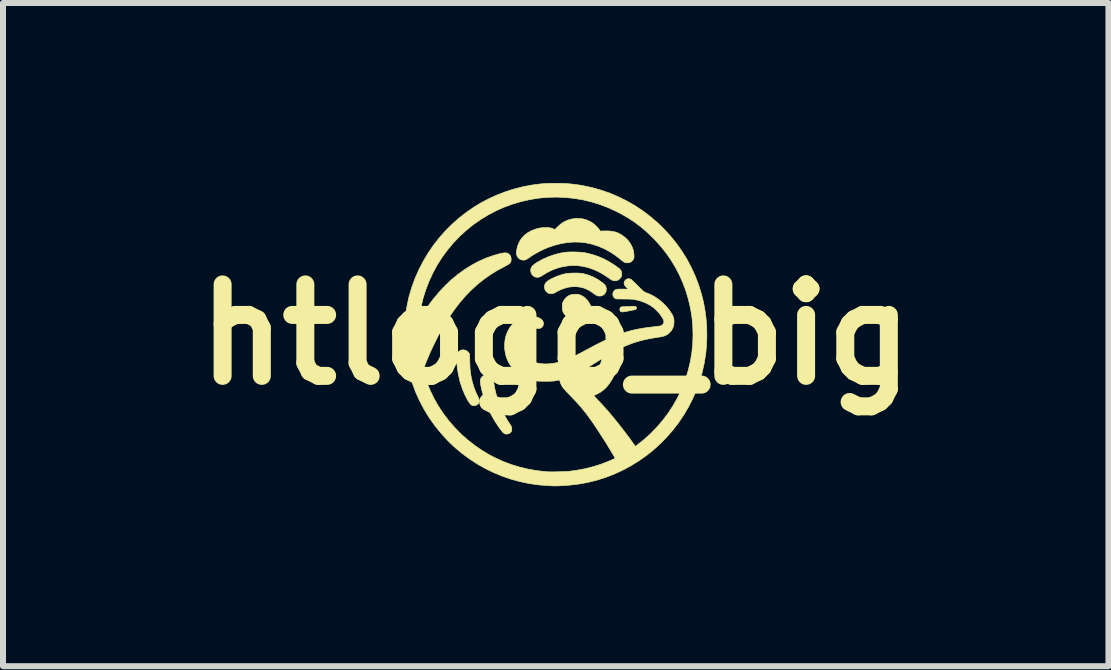
<source format=kicad_pcb>
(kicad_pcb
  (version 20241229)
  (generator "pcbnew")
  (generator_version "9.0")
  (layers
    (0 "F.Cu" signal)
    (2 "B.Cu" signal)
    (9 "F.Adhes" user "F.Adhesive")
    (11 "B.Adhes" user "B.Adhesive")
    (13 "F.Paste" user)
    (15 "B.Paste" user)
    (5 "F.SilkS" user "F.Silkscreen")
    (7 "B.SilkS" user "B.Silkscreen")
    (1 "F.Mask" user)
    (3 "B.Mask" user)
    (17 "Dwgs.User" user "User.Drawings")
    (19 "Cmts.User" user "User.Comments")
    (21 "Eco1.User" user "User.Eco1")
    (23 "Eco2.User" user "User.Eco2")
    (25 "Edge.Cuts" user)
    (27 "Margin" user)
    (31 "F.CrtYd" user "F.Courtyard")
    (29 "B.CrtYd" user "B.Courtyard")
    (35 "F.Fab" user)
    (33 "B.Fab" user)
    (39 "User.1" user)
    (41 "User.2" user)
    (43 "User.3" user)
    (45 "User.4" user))
  (footprint "htlogo_big"
    (layer "F.Cu")
    (at 6.212 2.525)
    (property "Reference" "htlogo_big" (at 0 0 0) (layer "F.SilkS") (effects (font (size 1.524 1.524) (thickness 0.3))))
    (attr through_hole)
    (fp_poly (pts (xy 1.317 -0.47) (xy 1.326 -0.469) (xy 1.332 -0.468) (xy 1.336 -0.465) (xy 1.337 -0.464) (xy 1.345 -0.451) (xy 1.346 -0.436) (xy 1.339 -0.424) (xy 1.335 -0.42) (xy 1.326 -0.417) (xy 1.309 -0.412) (xy 1.286 -0.407) (xy 1.259 -0.401) (xy 1.229 -0.395) (xy 1.198 -0.389) (xy 1.169 -0.384) (xy 1.143 -0.38) (xy 1.123 -0.377) (xy 1.109 -0.376) (xy 1.109 -0.376) (xy 1.093 -0.378) (xy 1.082 -0.384) (xy 1.077 -0.389) (xy 1.069 -0.406) (xy 1.068 -0.424) (xy 1.073 -0.441) (xy 1.083 -0.455) (xy 1.098 -0.462) (xy 1.103 -0.462) (xy 1.112 -0.463) (xy 1.129 -0.463) (xy 1.152 -0.464) (xy 1.181 -0.466) (xy 1.213 -0.467) (xy 1.221 -0.468) (xy 1.257 -0.469) (xy 1.284 -0.47) (xy 1.303 -0.471) (xy 1.317 -0.47)) (stroke (width 0.01) (type solid)) (fill yes) (layer "F.SilkS"))
    (fp_poly (pts (xy 0.352 -0.671) (xy 0.386 -0.666) (xy 0.403 -0.661) (xy 0.448 -0.64) (xy 0.49 -0.61) (xy 0.527 -0.571) (xy 0.559 -0.525) (xy 0.586 -0.471) (xy 0.595 -0.45) (xy 0.602 -0.422) (xy 0.603 -0.396) (xy 0.598 -0.375) (xy 0.591 -0.365) (xy 0.583 -0.359) (xy 0.568 -0.35) (xy 0.546 -0.338) (xy 0.521 -0.324) (xy 0.493 -0.31) (xy 0.464 -0.296) (xy 0.436 -0.283) (xy 0.411 -0.271) (xy 0.391 -0.262) (xy 0.376 -0.257) (xy 0.376 -0.257) (xy 0.343 -0.251) (xy 0.306 -0.25) (xy 0.272 -0.254) (xy 0.264 -0.256) (xy 0.224 -0.271) (xy 0.189 -0.294) (xy 0.163 -0.318) (xy 0.14 -0.345) (xy 0.125 -0.37) (xy 0.115 -0.397) (xy 0.111 -0.429) (xy 0.109 -0.462) (xy 0.11 -0.488) (xy 0.111 -0.506) (xy 0.113 -0.52) (xy 0.118 -0.534) (xy 0.123 -0.546) (xy 0.148 -0.587) (xy 0.178 -0.621) (xy 0.215 -0.646) (xy 0.248 -0.661) (xy 0.279 -0.668) (xy 0.315 -0.671) (xy 0.352 -0.671)) (stroke (width 0.01) (type solid)) (fill yes) (layer "F.SilkS"))
    (fp_poly (pts (xy -1.501 0.264) (xy -1.474 0.279) (xy -1.451 0.303) (xy -1.451 0.304) (xy -1.435 0.326) (xy -1.432 0.456) (xy -1.43 0.513) (xy -1.428 0.562) (xy -1.424 0.605) (xy -1.419 0.645) (xy -1.413 0.685) (xy -1.405 0.726) (xy -1.399 0.754) (xy -1.384 0.812) (xy -1.365 0.873) (xy -1.343 0.933) (xy -1.32 0.988) (xy -1.307 1.014) (xy -1.294 1.041) (xy -1.285 1.061) (xy -1.279 1.076) (xy -1.276 1.089) (xy -1.275 1.101) (xy -1.275 1.105) (xy -1.279 1.133) (xy -1.292 1.155) (xy -1.313 1.173) (xy -1.321 1.177) (xy -1.349 1.187) (xy -1.376 1.187) (xy -1.392 1.183) (xy -1.409 1.172) (xy -1.428 1.153) (xy -1.448 1.125) (xy -1.471 1.089) (xy -1.495 1.042) (xy -1.514 1.005) (xy -1.558 0.9) (xy -1.594 0.79) (xy -1.621 0.673) (xy -1.641 0.551) (xy -1.651 0.443) (xy -1.653 0.403) (xy -1.654 0.372) (xy -1.652 0.347) (xy -1.648 0.328) (xy -1.641 0.312) (xy -1.631 0.298) (xy -1.619 0.286) (xy -1.592 0.267) (xy -1.562 0.257) (xy -1.531 0.256) (xy -1.501 0.264)) (stroke (width 0.01) (type solid)) (fill yes) (layer "F.SilkS"))
    (fp_poly (pts (xy -1.113 0.677) (xy -1.087 0.69) (xy -1.064 0.709) (xy -1.054 0.723) (xy -1.047 0.737) (xy -1.042 0.755) (xy -1.037 0.779) (xy -1.031 0.811) (xy -1.019 0.886) (xy -1.003 0.957) (xy -0.984 1.029) (xy -0.965 1.087) (xy -0.93 1.184) (xy -0.891 1.274) (xy -0.847 1.359) (xy -0.797 1.443) (xy -0.778 1.473) (xy -0.761 1.498) (xy -0.749 1.516) (xy -0.742 1.53) (xy -0.737 1.541) (xy -0.734 1.552) (xy -0.733 1.564) (xy -0.733 1.57) (xy -0.732 1.589) (xy -0.734 1.603) (xy -0.738 1.614) (xy -0.743 1.621) (xy -0.762 1.641) (xy -0.787 1.654) (xy -0.816 1.66) (xy -0.846 1.656) (xy -0.847 1.656) (xy -0.858 1.65) (xy -0.872 1.639) (xy -0.889 1.621) (xy -0.909 1.597) (xy -0.933 1.565) (xy -0.948 1.544) (xy -1.013 1.447) (xy -1.072 1.343) (xy -1.125 1.235) (xy -1.17 1.125) (xy -1.207 1.015) (xy -1.211 1.002) (xy -1.226 0.949) (xy -1.238 0.9) (xy -1.247 0.857) (xy -1.253 0.82) (xy -1.257 0.792) (xy -1.257 0.785) (xy -1.256 0.764) (xy -1.254 0.748) (xy -1.248 0.734) (xy -1.243 0.725) (xy -1.224 0.701) (xy -1.199 0.684) (xy -1.171 0.675) (xy -1.142 0.672) (xy -1.113 0.677)) (stroke (width 0.01) (type solid)) (fill yes) (layer "F.SilkS"))
    (fp_poly (pts (xy 0.356 -1.024) (xy 0.398 -1.022) (xy 0.434 -1.019) (xy 0.462 -1.014) (xy 0.547 -0.99) (xy 0.629 -0.957) (xy 0.706 -0.915) (xy 0.779 -0.863) (xy 0.78 -0.862) (xy 0.807 -0.839) (xy 0.825 -0.819) (xy 0.836 -0.798) (xy 0.842 -0.775) (xy 0.843 -0.754) (xy 0.839 -0.719) (xy 0.825 -0.689) (xy 0.804 -0.665) (xy 0.775 -0.648) (xy 0.774 -0.647) (xy 0.754 -0.642) (xy 0.729 -0.641) (xy 0.705 -0.643) (xy 0.688 -0.647) (xy 0.677 -0.653) (xy 0.661 -0.664) (xy 0.642 -0.677) (xy 0.626 -0.689) (xy 0.563 -0.731) (xy 0.497 -0.764) (xy 0.449 -0.78) (xy 0.403 -0.79) (xy 0.352 -0.796) (xy 0.298 -0.797) (xy 0.244 -0.793) (xy 0.208 -0.788) (xy 0.147 -0.771) (xy 0.085 -0.748) (xy 0.027 -0.72) (xy 0.01 -0.71) (xy -0.011 -0.697) (xy -0.026 -0.69) (xy -0.04 -0.685) (xy -0.055 -0.683) (xy -0.069 -0.682) (xy -0.091 -0.681) (xy -0.107 -0.683) (xy -0.121 -0.688) (xy -0.125 -0.69) (xy -0.153 -0.71) (xy -0.174 -0.735) (xy -0.185 -0.766) (xy -0.188 -0.794) (xy -0.185 -0.819) (xy -0.178 -0.842) (xy -0.164 -0.863) (xy -0.143 -0.884) (xy -0.114 -0.905) (xy -0.076 -0.926) (xy -0.062 -0.934) (xy 0.018 -0.97) (xy 0.104 -0.999) (xy 0.156 -1.012) (xy 0.186 -1.017) (xy 0.224 -1.021) (xy 0.267 -1.023) (xy 0.311 -1.024) (xy 0.356 -1.024)) (stroke (width 0.01) (type solid)) (fill yes) (layer "F.SilkS"))
    (fp_poly (pts (xy 0.34 -1.375) (xy 0.39 -1.373) (xy 0.436 -1.369) (xy 0.476 -1.365) (xy 0.49 -1.362) (xy 0.599 -1.336) (xy 0.704 -1.302) (xy 0.806 -1.258) (xy 0.905 -1.204) (xy 1.002 -1.141) (xy 1.006 -1.138) (xy 1.037 -1.115) (xy 1.06 -1.097) (xy 1.077 -1.08) (xy 1.088 -1.064) (xy 1.095 -1.048) (xy 1.099 -1.031) (xy 1.101 -1.022) (xy 1.1 -0.989) (xy 1.091 -0.96) (xy 1.072 -0.933) (xy 1.068 -0.929) (xy 1.04 -0.908) (xy 1.01 -0.896) (xy 0.978 -0.895) (xy 0.949 -0.901) (xy 0.938 -0.907) (xy 0.92 -0.917) (xy 0.9 -0.93) (xy 0.889 -0.939) (xy 0.801 -0.997) (xy 0.715 -1.046) (xy 0.628 -1.085) (xy 0.541 -1.115) (xy 0.453 -1.136) (xy 0.362 -1.148) (xy 0.361 -1.148) (xy 0.274 -1.15) (xy 0.186 -1.142) (xy 0.097 -1.126) (xy 0.009 -1.101) (xy -0.076 -1.067) (xy -0.157 -1.025) (xy -0.221 -0.985) (xy -0.249 -0.968) (xy -0.273 -0.958) (xy -0.281 -0.956) (xy -0.302 -0.954) (xy -0.325 -0.955) (xy -0.346 -0.96) (xy -0.36 -0.966) (xy -0.36 -0.966) (xy -0.386 -0.989) (xy -0.404 -1.012) (xy -0.413 -1.037) (xy -0.417 -1.066) (xy -0.417 -1.067) (xy -0.415 -1.091) (xy -0.408 -1.112) (xy -0.396 -1.133) (xy -0.378 -1.153) (xy -0.352 -1.174) (xy -0.319 -1.197) (xy -0.293 -1.213) (xy -0.203 -1.261) (xy -0.108 -1.302) (xy -0.01 -1.335) (xy 0.09 -1.359) (xy 0.154 -1.37) (xy 0.193 -1.373) (xy 0.239 -1.376) (xy 0.289 -1.376) (xy 0.34 -1.375)) (stroke (width 0.01) (type solid)) (fill yes) (layer "F.SilkS"))
    (fp_poly (pts (xy 0.402 -1.933) (xy 0.462 -1.925) (xy 0.518 -1.908) (xy 0.574 -1.883) (xy 0.591 -1.873) (xy 0.617 -1.856) (xy 0.647 -1.832) (xy 0.675 -1.806) (xy 0.702 -1.778) (xy 0.722 -1.753) (xy 0.724 -1.751) (xy 0.742 -1.724) (xy 0.822 -1.726) (xy 0.885 -1.726) (xy 0.94 -1.72) (xy 0.991 -1.709) (xy 1.038 -1.692) (xy 1.084 -1.668) (xy 1.104 -1.656) (xy 1.159 -1.615) (xy 1.206 -1.568) (xy 1.244 -1.516) (xy 1.274 -1.458) (xy 1.29 -1.415) (xy 1.297 -1.388) (xy 1.302 -1.358) (xy 1.304 -1.327) (xy 1.305 -1.299) (xy 1.303 -1.276) (xy 1.301 -1.268) (xy 1.288 -1.244) (xy 1.269 -1.221) (xy 1.246 -1.205) (xy 1.242 -1.203) (xy 1.219 -1.197) (xy 1.192 -1.194) (xy 1.165 -1.197) (xy 1.149 -1.202) (xy 1.137 -1.208) (xy 1.121 -1.219) (xy 1.102 -1.234) (xy 1.09 -1.244) (xy 0.998 -1.316) (xy 0.904 -1.378) (xy 0.808 -1.43) (xy 0.71 -1.472) (xy 0.61 -1.504) (xy 0.508 -1.527) (xy 0.405 -1.539) (xy 0.301 -1.541) (xy 0.195 -1.533) (xy 0.087 -1.515) (xy -0.021 -1.487) (xy -0.132 -1.449) (xy -0.153 -1.44) (xy -0.226 -1.408) (xy -0.3 -1.37) (xy -0.37 -1.33) (xy -0.434 -1.288) (xy -0.446 -1.279) (xy -0.471 -1.262) (xy -0.492 -1.25) (xy -0.51 -1.243) (xy -0.528 -1.24) (xy -0.542 -1.24) (xy -0.573 -1.244) (xy -0.601 -1.258) (xy -0.625 -1.278) (xy -0.642 -1.304) (xy -0.653 -1.335) (xy -0.655 -1.359) (xy -0.654 -1.383) (xy -0.649 -1.413) (xy -0.642 -1.446) (xy -0.633 -1.478) (xy -0.623 -1.506) (xy -0.623 -1.507) (xy -0.595 -1.564) (xy -0.56 -1.614) (xy -0.517 -1.658) (xy -0.467 -1.696) (xy -0.409 -1.728) (xy -0.343 -1.754) (xy -0.305 -1.766) (xy -0.277 -1.772) (xy -0.25 -1.777) (xy -0.219 -1.78) (xy -0.188 -1.782) (xy -0.144 -1.782) (xy -0.108 -1.78) (xy -0.076 -1.774) (xy -0.048 -1.764) (xy -0.034 -1.758) (xy -0.015 -1.749) (xy 0.027 -1.79) (xy 0.08 -1.838) (xy 0.134 -1.875) (xy 0.191 -1.903) (xy 0.251 -1.922) (xy 0.315 -1.932) (xy 0.338 -1.934) (xy 0.402 -1.933)) (stroke (width 0.01) (type solid)) (fill yes) (layer "F.SilkS"))
    (fp_poly (pts (xy 0.083 -2.519) (xy 0.162 -2.516) (xy 0.236 -2.511) (xy 0.308 -2.503) (xy 0.381 -2.493) (xy 0.452 -2.481) (xy 0.607 -2.448) (xy 0.759 -2.405) (xy 0.908 -2.353) (xy 1.052 -2.291) (xy 1.193 -2.221) (xy 1.329 -2.142) (xy 1.461 -2.054) (xy 1.586 -1.958) (xy 1.707 -1.854) (xy 1.799 -1.764) (xy 1.909 -1.645) (xy 2.01 -1.52) (xy 2.102 -1.39) (xy 2.186 -1.256) (xy 2.26 -1.116) (xy 2.326 -0.972) (xy 2.383 -0.823) (xy 2.43 -0.67) (xy 2.461 -0.546) (xy 2.487 -0.409) (xy 2.506 -0.266) (xy 2.517 -0.121) (xy 2.519 0.026) (xy 2.514 0.172) (xy 2.501 0.316) (xy 2.499 0.328) (xy 2.474 0.483) (xy 2.44 0.635) (xy 2.397 0.783) (xy 2.344 0.928) (xy 2.283 1.069) (xy 2.213 1.206) (xy 2.136 1.338) (xy 2.05 1.466) (xy 1.957 1.587) (xy 1.857 1.703) (xy 1.75 1.813) (xy 1.636 1.917) (xy 1.516 2.014) (xy 1.39 2.103) (xy 1.258 2.185) (xy 1.121 2.259) (xy 0.978 2.325) (xy 0.846 2.376) (xy 0.703 2.423) (xy 0.558 2.46) (xy 0.411 2.489) (xy 0.26 2.508) (xy 0.107 2.52) (xy 0.07 2.521) (xy 0.041 2.523) (xy 0.018 2.523) (xy -0.004 2.524) (xy -0.025 2.523) (xy -0.048 2.523) (xy -0.075 2.522) (xy -0.11 2.52) (xy -0.122 2.519) (xy -0.281 2.507) (xy -0.437 2.485) (xy -0.591 2.453) (xy -0.742 2.412) (xy -0.89 2.361) (xy -1.033 2.302) (xy -1.173 2.234) (xy -1.308 2.158) (xy -1.438 2.073) (xy -1.563 1.981) (xy -1.683 1.88) (xy -1.796 1.772) (xy -1.903 1.656) (xy -2.004 1.533) (xy -2.097 1.403) (xy -2.115 1.377) (xy -2.197 1.242) (xy -2.27 1.102) (xy -2.335 0.959) (xy -2.389 0.812) (xy -2.435 0.663) (xy -2.471 0.511) (xy -2.498 0.358) (xy -2.516 0.202) (xy -2.523 0.046) (xy -2.522 -0.11) (xy -2.511 -0.249) (xy -2.278 -0.249) (xy -2.278 -0.245) (xy -2.275 -0.25) (xy -2.267 -0.262) (xy -2.256 -0.279) (xy -2.242 -0.301) (xy -2.227 -0.325) (xy -2.139 -0.459) (xy -2.046 -0.584) (xy -1.948 -0.701) (xy -1.847 -0.81) (xy -1.742 -0.909) (xy -1.633 -1) (xy -1.52 -1.082) (xy -1.404 -1.155) (xy -1.285 -1.219) (xy -1.163 -1.273) (xy -1.038 -1.317) (xy -0.936 -1.346) (xy -0.895 -1.355) (xy -0.861 -1.36) (xy -0.834 -1.361) (xy -0.812 -1.357) (xy -0.798 -1.352) (xy -0.772 -1.333) (xy -0.754 -1.309) (xy -0.744 -1.278) (xy -0.743 -1.244) (xy -0.745 -1.225) (xy -0.749 -1.21) (xy -0.757 -1.196) (xy -0.769 -1.183) (xy -0.787 -1.17) (xy -0.812 -1.155) (xy -0.844 -1.138) (xy -0.855 -1.132) (xy -0.98 -1.065) (xy -1.097 -0.992) (xy -1.209 -0.912) (xy -1.315 -0.826) (xy -1.417 -0.732) (xy -1.514 -0.631) (xy -1.608 -0.521) (xy -1.698 -0.402) (xy -1.77 -0.297) (xy -1.815 -0.227) (xy -1.858 -0.158) (xy -1.899 -0.086) (xy -1.941 -0.01) (xy -1.984 0.073) (xy -1.993 0.091) (xy -2.023 0.152) (xy -2.049 0.206) (xy -2.073 0.257) (xy -2.096 0.307) (xy -2.118 0.359) (xy -2.142 0.416) (xy -2.167 0.479) (xy -2.169 0.484) (xy -2.214 0.595) (xy -2.196 0.654) (xy -2.149 0.796) (xy -2.092 0.934) (xy -2.027 1.068) (xy -1.953 1.197) (xy -1.871 1.321) (xy -1.781 1.439) (xy -1.683 1.551) (xy -1.579 1.658) (xy -1.467 1.757) (xy -1.349 1.849) (xy -1.225 1.934) (xy -1.096 2.011) (xy -1.021 2.05) (xy -0.885 2.113) (xy -0.745 2.166) (xy -0.601 2.21) (xy -0.454 2.245) (xy -0.302 2.271) (xy -0.146 2.287) (xy -0.132 2.288) (xy -0.113 2.289) (xy -0.086 2.289) (xy -0.053 2.289) (xy -0.015 2.289) (xy 0.026 2.288) (xy 0.067 2.287) (xy 0.107 2.286) (xy 0.145 2.285) (xy 0.177 2.284) (xy 0.202 2.282) (xy 0.216 2.281) (xy 0.355 2.262) (xy 0.488 2.237) (xy 0.616 2.205) (xy 0.742 2.166) (xy 0.838 2.13) (xy 0.868 2.118) (xy 0.898 2.105) (xy 0.925 2.094) (xy 0.946 2.084) (xy 0.956 2.08) (xy 0.991 2.062) (xy 0.977 2.038) (xy 0.936 1.968) (xy 0.89 1.892) (xy 0.842 1.813) (xy 0.791 1.733) (xy 0.741 1.655) (xy 0.693 1.581) (xy 0.662 1.535) (xy 0.612 1.461) (xy 0.564 1.394) (xy 0.519 1.332) (xy 0.474 1.275) (xy 0.428 1.219) (xy 0.38 1.164) (xy 0.328 1.107) (xy 0.271 1.047) (xy 0.245 1.02) (xy 0.208 0.982) (xy 0.177 0.95) (xy 0.153 0.922) (xy 0.132 0.899) (xy 0.116 0.878) (xy 0.103 0.858) (xy 0.093 0.838) (xy 0.083 0.818) (xy 0.075 0.795) (xy 0.067 0.769) (xy 0.063 0.758) (xy 0.059 0.759) (xy 0.046 0.761) (xy 0.027 0.764) (xy 0.007 0.768) (xy -0.012 0.772) (xy -0.031 0.775) (xy -0.052 0.777) (xy -0.075 0.778) (xy -0.103 0.779) (xy -0.138 0.779) (xy -0.173 0.779) (xy -0.221 0.779) (xy -0.261 0.778) (xy -0.294 0.777) (xy -0.324 0.774) (xy -0.352 0.769) (xy -0.38 0.763) (xy -0.41 0.754) (xy -0.437 0.746) (xy -0.51 0.718) (xy -0.576 0.683) (xy -0.582 0.678) (xy 0.301 0.678) (xy 0.31 0.705) (xy 0.322 0.733) (xy 0.34 0.753) (xy 0.365 0.767) (xy 0.398 0.777) (xy 0.421 0.78) (xy 0.451 0.78) (xy 0.483 0.778) (xy 0.514 0.773) (xy 0.539 0.767) (xy 0.539 0.767) (xy 0.56 0.759) (xy 0.58 0.749) (xy 0.592 0.742) (xy 0.627 0.712) (xy 0.66 0.672) (xy 0.691 0.624) (xy 0.718 0.567) (xy 0.743 0.502) (xy 0.759 0.446) (xy 0.771 0.402) (xy 0.753 0.413) (xy 0.676 0.462) (xy 0.606 0.505) (xy 0.544 0.543) (xy 0.489 0.576) (xy 0.442 0.603) (xy 0.403 0.625) (xy 0.38 0.637) (xy 0.301 0.678) (xy -0.582 0.678) (xy -0.637 0.64) (xy -0.682 0.601) (xy -0.732 0.545) (xy -0.774 0.485) (xy -0.807 0.42) (xy -0.831 0.35) (xy -0.846 0.275) (xy -0.852 0.222) (xy -0.851 0.149) (xy -0.843 0.078) (xy -0.826 0.011) (xy -0.801 -0.051) (xy -0.769 -0.109) (xy -0.729 -0.161) (xy -0.683 -0.206) (xy -0.631 -0.244) (xy -0.573 -0.275) (xy -0.545 -0.286) (xy -0.527 -0.293) (xy -0.512 -0.297) (xy -0.498 -0.3) (xy -0.481 -0.301) (xy -0.461 -0.302) (xy -0.433 -0.302) (xy -0.424 -0.302) (xy -0.384 -0.301) (xy -0.351 -0.299) (xy -0.323 -0.293) (xy -0.297 -0.285) (xy -0.271 -0.273) (xy -0.254 -0.263) (xy -0.228 -0.243) (xy -0.212 -0.219) (xy -0.204 -0.193) (xy -0.206 -0.165) (xy -0.213 -0.145) (xy -0.228 -0.123) (xy -0.247 -0.108) (xy -0.272 -0.101) (xy -0.302 -0.101) (xy -0.327 -0.105) (xy -0.349 -0.109) (xy -0.366 -0.111) (xy -0.382 -0.11) (xy -0.398 -0.107) (xy -0.441 -0.093) (xy -0.481 -0.07) (xy -0.514 -0.04) (xy -0.542 -0.002) (xy -0.563 0.043) (xy -0.572 0.072) (xy -0.577 0.103) (xy -0.579 0.14) (xy -0.577 0.18) (xy -0.573 0.219) (xy -0.565 0.254) (xy -0.562 0.264) (xy -0.54 0.314) (xy -0.509 0.358) (xy -0.472 0.396) (xy -0.427 0.428) (xy -0.376 0.454) (xy -0.319 0.473) (xy -0.256 0.485) (xy -0.189 0.491) (xy -0.117 0.489) (xy -0.04 0.481) (xy 0.039 0.465) (xy 0.061 0.46) (xy 0.094 0.451) (xy 0.126 0.441) (xy 0.158 0.429) (xy 0.191 0.417) (xy 0.227 0.401) (xy 0.266 0.384) (xy 0.309 0.363) (xy 0.357 0.338) (xy 0.412 0.31) (xy 0.474 0.277) (xy 0.511 0.257) (xy 0.611 0.203) (xy 0.705 0.154) (xy 0.792 0.111) (xy 0.875 0.073) (xy 0.953 0.038) (xy 1.027 0.008) (xy 1.1 -0.018) (xy 1.172 -0.041) (xy 1.243 -0.061) (xy 1.316 -0.079) (xy 1.391 -0.094) (xy 1.468 -0.107) (xy 1.55 -0.119) (xy 1.637 -0.129) (xy 1.661 -0.132) (xy 1.697 -0.136) (xy 1.724 -0.14) (xy 1.745 -0.143) (xy 1.76 -0.148) (xy 1.771 -0.154) (xy 1.78 -0.162) (xy 1.788 -0.172) (xy 1.792 -0.178) (xy 1.801 -0.197) (xy 1.803 -0.217) (xy 1.798 -0.239) (xy 1.786 -0.266) (xy 1.781 -0.274) (xy 1.736 -0.341) (xy 1.684 -0.4) (xy 1.626 -0.451) (xy 1.56 -0.495) (xy 1.488 -0.531) (xy 1.409 -0.56) (xy 1.324 -0.581) (xy 1.318 -0.582) (xy 1.3 -0.585) (xy 1.28 -0.588) (xy 1.257 -0.589) (xy 1.227 -0.59) (xy 1.192 -0.591) (xy 1.147 -0.591) (xy 1.137 -0.591) (xy 1.096 -0.592) (xy 1.064 -0.592) (xy 1.04 -0.592) (xy 1.022 -0.593) (xy 1.01 -0.594) (xy 1.001 -0.596) (xy 0.994 -0.598) (xy 0.99 -0.601) (xy 0.987 -0.602) (xy 0.968 -0.621) (xy 0.956 -0.643) (xy 0.952 -0.663) (xy 0.953 -0.692) (xy 0.964 -0.717) (xy 0.982 -0.737) (xy 0.995 -0.745) (xy 1.004 -0.75) (xy 1.013 -0.752) (xy 1.023 -0.755) (xy 1.037 -0.756) (xy 1.056 -0.757) (xy 1.082 -0.757) (xy 1.114 -0.757) (xy 1.21 -0.757) (xy 1.177 -0.789) (xy 1.156 -0.811) (xy 1.144 -0.83) (xy 1.139 -0.849) (xy 1.141 -0.869) (xy 1.147 -0.886) (xy 1.162 -0.908) (xy 1.183 -0.923) (xy 1.207 -0.93) (xy 1.232 -0.928) (xy 1.255 -0.919) (xy 1.263 -0.913) (xy 1.277 -0.9) (xy 1.296 -0.882) (xy 1.319 -0.861) (xy 1.344 -0.836) (xy 1.371 -0.809) (xy 1.4 -0.78) (xy 1.423 -0.757) (xy 1.442 -0.739) (xy 1.456 -0.726) (xy 1.468 -0.717) (xy 1.477 -0.71) (xy 1.486 -0.705) (xy 1.496 -0.701) (xy 1.504 -0.698) (xy 1.578 -0.668) (xy 1.65 -0.629) (xy 1.72 -0.582) (xy 1.784 -0.528) (xy 1.843 -0.469) (xy 1.895 -0.405) (xy 1.938 -0.338) (xy 1.939 -0.337) (xy 1.955 -0.305) (xy 1.965 -0.275) (xy 1.97 -0.244) (xy 1.972 -0.211) (xy 1.967 -0.159) (xy 1.954 -0.113) (xy 1.932 -0.071) (xy 1.9 -0.034) (xy 1.86 -0.001) (xy 1.857 0.001) (xy 1.84 0.011) (xy 1.823 0.019) (xy 1.805 0.026) (xy 1.783 0.032) (xy 1.756 0.038) (xy 1.721 0.043) (xy 1.703 0.046) (xy 1.587 0.065) (xy 1.478 0.087) (xy 1.376 0.114) (xy 1.279 0.145) (xy 1.185 0.181) (xy 1.147 0.197) (xy 1.093 0.221) (xy 1.09 0.251) (xy 1.085 0.286) (xy 1.078 0.327) (xy 1.07 0.372) (xy 1.06 0.417) (xy 1.05 0.459) (xy 1.043 0.485) (xy 1.013 0.581) (xy 0.979 0.668) (xy 0.94 0.746) (xy 0.897 0.814) (xy 0.849 0.874) (xy 0.796 0.925) (xy 0.739 0.966) (xy 0.693 0.991) (xy 0.672 1.001) (xy 0.654 1.009) (xy 0.641 1.014) (xy 0.635 1.016) (xy 0.636 1.019) (xy 0.643 1.029) (xy 0.655 1.043) (xy 0.672 1.061) (xy 0.686 1.076) (xy 0.754 1.147) (xy 0.826 1.226) (xy 0.901 1.312) (xy 0.977 1.403) (xy 1.054 1.499) (xy 1.131 1.598) (xy 1.208 1.699) (xy 1.253 1.761) (xy 1.327 1.864) (xy 1.348 1.849) (xy 1.466 1.756) (xy 1.578 1.656) (xy 1.683 1.548) (xy 1.781 1.434) (xy 1.871 1.315) (xy 1.954 1.189) (xy 2.028 1.059) (xy 2.093 0.924) (xy 2.149 0.786) (xy 2.163 0.745) (xy 2.208 0.6) (xy 2.243 0.454) (xy 2.268 0.306) (xy 2.283 0.157) (xy 2.288 0.007) (xy 2.284 -0.142) (xy 2.27 -0.29) (xy 2.246 -0.438) (xy 2.212 -0.584) (xy 2.169 -0.728) (xy 2.116 -0.869) (xy 2.063 -0.988) (xy 1.997 -1.116) (xy 1.924 -1.237) (xy 1.844 -1.353) (xy 1.755 -1.464) (xy 1.658 -1.572) (xy 1.616 -1.616) (xy 1.519 -1.708) (xy 1.422 -1.791) (xy 1.322 -1.867) (xy 1.217 -1.937) (xy 1.107 -2.001) (xy 1.015 -2.049) (xy 0.878 -2.113) (xy 0.737 -2.166) (xy 0.594 -2.21) (xy 0.449 -2.245) (xy 0.303 -2.269) (xy 0.156 -2.284) (xy 0.008 -2.29) (xy -0.14 -2.286) (xy -0.288 -2.272) (xy -0.434 -2.248) (xy -0.58 -2.215) (xy -0.724 -2.172) (xy -0.865 -2.12) (xy -0.993 -2.063) (xy -1.126 -1.993) (xy -1.254 -1.915) (xy -1.377 -1.829) (xy -1.494 -1.734) (xy -1.604 -1.633) (xy -1.708 -1.524) (xy -1.804 -1.409) (xy -1.893 -1.288) (xy -1.974 -1.161) (xy -2.046 -1.028) (xy -2.049 -1.022) (xy -2.112 -0.885) (xy -2.166 -0.745) (xy -2.211 -0.603) (xy -2.245 -0.458) (xy -2.258 -0.391) (xy -2.263 -0.361) (xy -2.268 -0.331) (xy -2.272 -0.304) (xy -2.275 -0.28) (xy -2.277 -0.261) (xy -2.278 -0.249) (xy -2.511 -0.249) (xy -2.51 -0.267) (xy -2.488 -0.424) (xy -2.457 -0.579) (xy -2.441 -0.645) (xy -2.396 -0.795) (xy -2.342 -0.942) (xy -2.278 -1.086) (xy -2.206 -1.224) (xy -2.126 -1.358) (xy -2.038 -1.487) (xy -1.942 -1.61) (xy -1.838 -1.728) (xy -1.727 -1.838) (xy -1.61 -1.942) (xy -1.485 -2.039) (xy -1.355 -2.128) (xy -1.25 -2.192) (xy -1.117 -2.262) (xy -0.979 -2.325) (xy -0.836 -2.38) (xy -0.691 -2.426) (xy -0.545 -2.463) (xy -0.398 -2.491) (xy -0.325 -2.501) (xy -0.274 -2.507) (xy -0.228 -2.512) (xy -0.183 -2.515) (xy -0.136 -2.518) (xy -0.087 -2.519) (xy -0.03 -2.52) (xy -0.003 -2.52) (xy 0.083 -2.519)) (stroke (width 0.01) (type solid)) (fill yes) (layer "F.SilkS")))
  (gr_rect
    (start -3 -3)
    (end 15.424 8.053)
    (stroke (width 0.1) (type default))
    (fill no)
    (layer "Edge.Cuts")))
</source>
